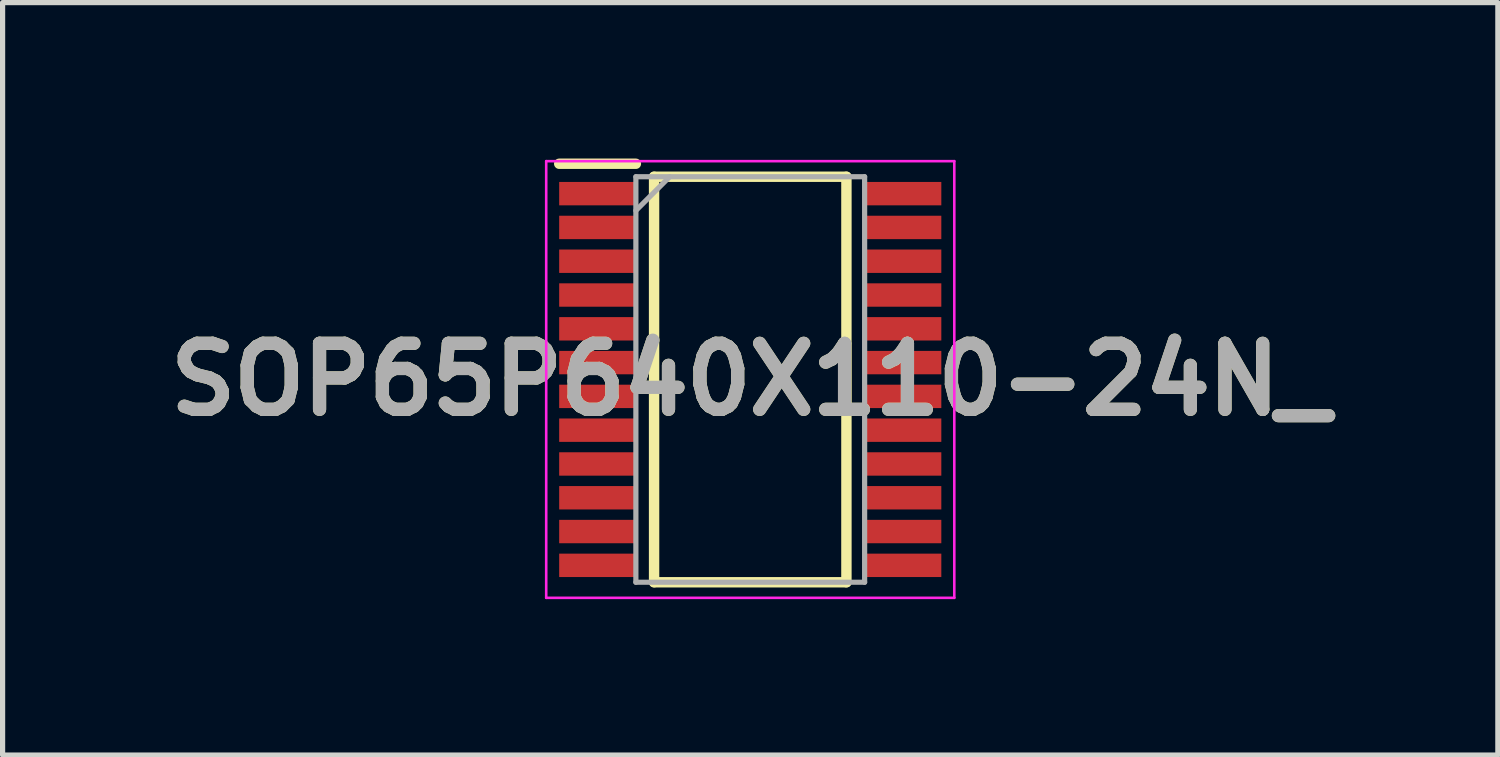
<source format=kicad_pcb>
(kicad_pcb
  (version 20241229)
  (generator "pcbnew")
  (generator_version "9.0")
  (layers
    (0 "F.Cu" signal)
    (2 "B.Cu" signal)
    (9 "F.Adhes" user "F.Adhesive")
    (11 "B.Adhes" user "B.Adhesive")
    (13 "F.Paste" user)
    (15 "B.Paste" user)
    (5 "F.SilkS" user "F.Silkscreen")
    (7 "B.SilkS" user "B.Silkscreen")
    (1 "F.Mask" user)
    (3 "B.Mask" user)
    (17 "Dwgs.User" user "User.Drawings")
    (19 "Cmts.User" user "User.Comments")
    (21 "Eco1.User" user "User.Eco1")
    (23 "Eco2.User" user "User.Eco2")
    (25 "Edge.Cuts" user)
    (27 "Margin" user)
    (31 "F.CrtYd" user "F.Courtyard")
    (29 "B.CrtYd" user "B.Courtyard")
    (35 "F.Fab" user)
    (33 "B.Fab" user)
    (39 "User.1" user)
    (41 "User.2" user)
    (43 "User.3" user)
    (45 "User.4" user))
  (footprint "SOP65P640X110-24N_"
    (layer "F.Cu")
    (at 11.382 4.25)
    (property "Reference" "SOP65P640X110-24N_" (at 0 0 0) (layer "F.SilkS") (effects (font (size 1.27 1.27) (thickness 0.254))))
    (attr smd)
    (fp_line (start -3.675 -4.15) (end -2.2 -4.15) (stroke (width 0.2) (type solid)) (layer "F.SilkS"))
    (fp_line (start -1.85 -3.9) (end 1.85 -3.9) (stroke (width 0.2) (type solid)) (layer "F.SilkS"))
    (fp_line (start -1.85 3.9) (end -1.85 -3.9) (stroke (width 0.2) (type solid)) (layer "F.SilkS"))
    (fp_line (start 1.85 -3.9) (end 1.85 3.9) (stroke (width 0.2) (type solid)) (layer "F.SilkS"))
    (fp_line (start 1.85 3.9) (end -1.85 3.9) (stroke (width 0.2) (type solid)) (layer "F.SilkS"))
    (fp_line (start -3.925 -4.2) (end 3.925 -4.2) (stroke (width 0.05) (type solid)) (layer "F.CrtYd"))
    (fp_line (start -3.925 4.2) (end -3.925 -4.2) (stroke (width 0.05) (type solid)) (layer "F.CrtYd"))
    (fp_line (start 3.925 -4.2) (end 3.925 4.2) (stroke (width 0.05) (type solid)) (layer "F.CrtYd"))
    (fp_line (start 3.925 4.2) (end -3.925 4.2) (stroke (width 0.05) (type solid)) (layer "F.CrtYd"))
    (fp_line (start -2.2 -3.9) (end 2.2 -3.9) (stroke (width 0.1) (type solid)) (layer "F.Fab"))
    (fp_line (start -2.2 -3.25) (end -1.55 -3.9) (stroke (width 0.1) (type solid)) (layer "F.Fab"))
    (fp_line (start -2.2 3.9) (end -2.2 -3.9) (stroke (width 0.1) (type solid)) (layer "F.Fab"))
    (fp_line (start 2.2 -3.9) (end 2.2 3.9) (stroke (width 0.1) (type solid)) (layer "F.Fab"))
    (fp_line (start 2.2 3.9) (end -2.2 3.9) (stroke (width 0.1) (type solid)) (layer "F.Fab"))
    (fp_text user "${REFERENCE}" (at 0 0 0) (layer "F.Fab") (effects (font (size 1.27 1.27) (thickness 0.254))))
    (pad "1" smd rect (at -2.938 -3.575 90) (size 0.45 1.475) (layers "F.Cu" "F.Mask" "F.Paste"))
    (pad "2" smd rect (at -2.938 -2.925 90) (size 0.45 1.475) (layers "F.Cu" "F.Mask" "F.Paste"))
    (pad "3" smd rect (at -2.938 -2.275 90) (size 0.45 1.475) (layers "F.Cu" "F.Mask" "F.Paste"))
    (pad "4" smd rect (at -2.938 -1.625 90) (size 0.45 1.475) (layers "F.Cu" "F.Mask" "F.Paste"))
    (pad "5" smd rect (at -2.938 -0.975 90) (size 0.45 1.475) (layers "F.Cu" "F.Mask" "F.Paste"))
    (pad "6" smd rect (at -2.938 -0.325 90) (size 0.45 1.475) (layers "F.Cu" "F.Mask" "F.Paste"))
    (pad "7" smd rect (at -2.938 0.325 90) (size 0.45 1.475) (layers "F.Cu" "F.Mask" "F.Paste"))
    (pad "8" smd rect (at -2.938 0.975 90) (size 0.45 1.475) (layers "F.Cu" "F.Mask" "F.Paste"))
    (pad "9" smd rect (at -2.938 1.625 90) (size 0.45 1.475) (layers "F.Cu" "F.Mask" "F.Paste"))
    (pad "10" smd rect (at -2.938 2.275 90) (size 0.45 1.475) (layers "F.Cu" "F.Mask" "F.Paste"))
    (pad "11" smd rect (at -2.938 2.925 90) (size 0.45 1.475) (layers "F.Cu" "F.Mask" "F.Paste"))
    (pad "12" smd rect (at -2.938 3.575 90) (size 0.45 1.475) (layers "F.Cu" "F.Mask" "F.Paste"))
    (pad "13" smd rect (at 2.938 3.575 90) (size 0.45 1.475) (layers "F.Cu" "F.Mask" "F.Paste"))
    (pad "14" smd rect (at 2.938 2.925 90) (size 0.45 1.475) (layers "F.Cu" "F.Mask" "F.Paste"))
    (pad "15" smd rect (at 2.938 2.275 90) (size 0.45 1.475) (layers "F.Cu" "F.Mask" "F.Paste"))
    (pad "16" smd rect (at 2.938 1.625 90) (size 0.45 1.475) (layers "F.Cu" "F.Mask" "F.Paste"))
    (pad "17" smd rect (at 2.938 0.975 90) (size 0.45 1.475) (layers "F.Cu" "F.Mask" "F.Paste"))
    (pad "18" smd rect (at 2.938 0.325 90) (size 0.45 1.475) (layers "F.Cu" "F.Mask" "F.Paste"))
    (pad "19" smd rect (at 2.938 -0.325 90) (size 0.45 1.475) (layers "F.Cu" "F.Mask" "F.Paste"))
    (pad "20" smd rect (at 2.938 -0.975 90) (size 0.45 1.475) (layers "F.Cu" "F.Mask" "F.Paste"))
    (pad "21" smd rect (at 2.938 -1.625 90) (size 0.45 1.475) (layers "F.Cu" "F.Mask" "F.Paste"))
    (pad "22" smd rect (at 2.938 -2.275 90) (size 0.45 1.475) (layers "F.Cu" "F.Mask" "F.Paste"))
    (pad "23" smd rect (at 2.938 -2.925 90) (size 0.45 1.475) (layers "F.Cu" "F.Mask" "F.Paste"))
    (pad "24" smd rect (at 2.938 -3.575 90) (size 0.45 1.475) (layers "F.Cu" "F.Mask" "F.Paste")))
  (gr_rect
    (start -3 -3)
    (end 25.763 11.475)
    (stroke (width 0.1) (type default))
    (fill no)
    (layer "Edge.Cuts")))
</source>
